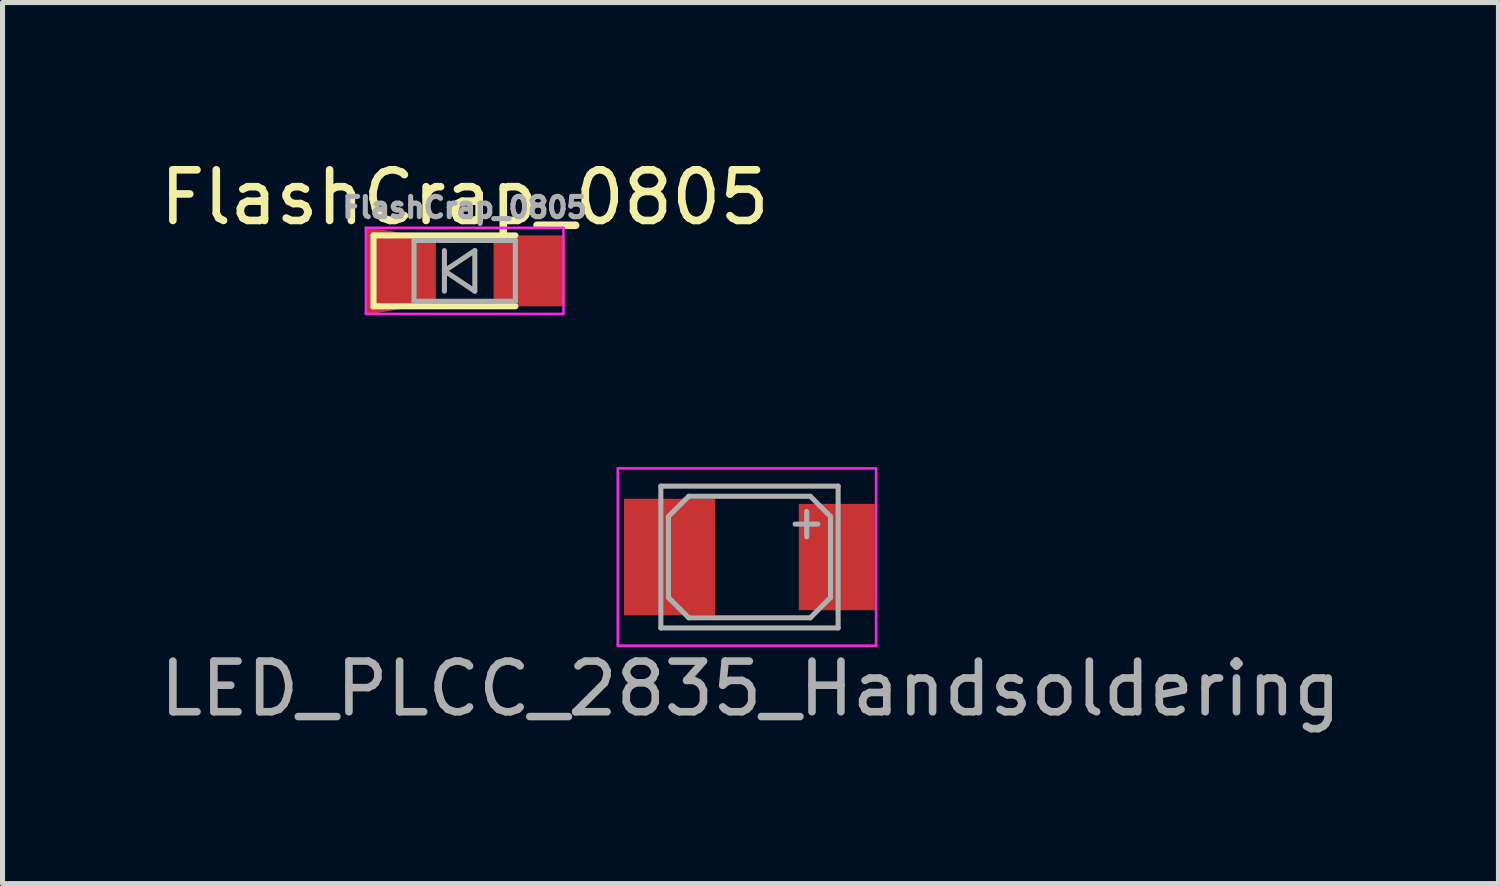
<source format=kicad_pcb>
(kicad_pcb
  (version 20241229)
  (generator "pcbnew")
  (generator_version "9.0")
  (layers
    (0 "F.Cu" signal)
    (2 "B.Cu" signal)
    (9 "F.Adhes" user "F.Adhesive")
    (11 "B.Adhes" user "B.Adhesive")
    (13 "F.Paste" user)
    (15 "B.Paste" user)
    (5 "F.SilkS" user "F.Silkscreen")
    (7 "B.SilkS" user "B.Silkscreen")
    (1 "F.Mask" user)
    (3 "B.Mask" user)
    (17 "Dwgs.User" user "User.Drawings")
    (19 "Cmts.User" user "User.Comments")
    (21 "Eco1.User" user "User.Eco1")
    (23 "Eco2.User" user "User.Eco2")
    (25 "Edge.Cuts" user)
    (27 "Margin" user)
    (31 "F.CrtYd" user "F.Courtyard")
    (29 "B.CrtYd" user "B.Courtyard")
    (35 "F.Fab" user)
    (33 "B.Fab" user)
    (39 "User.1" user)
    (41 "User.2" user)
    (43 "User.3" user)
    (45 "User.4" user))
  (footprint "LED_PLCC_2835_Handsoldering"
    (layer "F.Cu")
    (at 11.948 7.948)
    (property "Reference" "LED_PLCC_2835_Handsoldering" (at -0.18 2.6 0) (layer "F.Fab") (effects (font (size 1 1) (thickness 0.15))))
    (attr smd)
    (fp_line (start -2.8 -1.75) (end 2.3 -1.75) (stroke (width 0.05) (type solid)) (layer "F.CrtYd"))
    (fp_line (start -2.8 1.75) (end -2.8 -1.75) (stroke (width 0.05) (type solid)) (layer "F.CrtYd"))
    (fp_line (start 2.3 -1.75) (end 2.3 1.75) (stroke (width 0.05) (type solid)) (layer "F.CrtYd"))
    (fp_line (start 2.3 1.75) (end -2.8 1.75) (stroke (width 0.05) (type solid)) (layer "F.CrtYd"))
    (fp_line (start -1.95 -1.4) (end 1.55 -1.4) (stroke (width 0.1) (type solid)) (layer "F.Fab"))
    (fp_line (start -1.95 1.4) (end -1.95 -1.4) (stroke (width 0.1) (type solid)) (layer "F.Fab"))
    (fp_line (start -1.8 -0.8) (end -1.4 -1.2) (stroke (width 0.1) (type solid)) (layer "F.Fab"))
    (fp_line (start -1.8 0.8) (end -1.8 -0.8) (stroke (width 0.1) (type solid)) (layer "F.Fab"))
    (fp_line (start -1.4 -1.2) (end 1 -1.2) (stroke (width 0.1) (type solid)) (layer "F.Fab"))
    (fp_line (start -1.4 1.2) (end -1.8 0.8) (stroke (width 0.1) (type solid)) (layer "F.Fab"))
    (fp_line (start 0.93 -0.4) (end 0.93 -0.9) (stroke (width 0.1) (type solid)) (layer "F.Fab"))
    (fp_line (start 1 -1.2) (end 1.4 -0.8) (stroke (width 0.1) (type solid)) (layer "F.Fab"))
    (fp_line (start 1 1.2) (end -1.4 1.2) (stroke (width 0.1) (type solid)) (layer "F.Fab"))
    (fp_line (start 1.15 -0.65) (end 0.7 -0.65) (stroke (width 0.1) (type solid)) (layer "F.Fab"))
    (fp_line (start 1.4 -0.8) (end 1.4 0) (stroke (width 0.1) (type solid)) (layer "F.Fab"))
    (fp_line (start 1.4 0) (end 1.4 0.8) (stroke (width 0.1) (type solid)) (layer "F.Fab"))
    (fp_line (start 1.4 0.8) (end 1 1.2) (stroke (width 0.1) (type solid)) (layer "F.Fab"))
    (fp_line (start 1.55 -1.4) (end 1.55 1.4) (stroke (width 0.1) (type solid)) (layer "F.Fab"))
    (fp_line (start 1.55 1.4) (end -1.95 1.4) (stroke (width 0.1) (type solid)) (layer "F.Fab"))
    (pad "1" smd rect (at -1.778 0 180) (size 1.8 2.3) (layers "F.Cu" "F.Mask" "F.Paste"))
    (pad "2" smd rect (at 1.524 0 180) (size 1.5 2.1) (layers "F.Cu" "F.Mask" "F.Paste")))
  (footprint "FlashCrap_0805"
    (layer "F.Cu")
    (at 6.125 2.298)
    (property "Reference" "FlashCrap_0805" (at 0 -1.45 0) (layer "F.SilkS") (effects (font (size 1 1) (thickness 0.15))))
    (attr smd)
    (fp_line (start -1.8 -0.7) (end -1.8 0.7) (stroke (width 0.12) (type solid)) (layer "F.SilkS"))
    (fp_line (start -1.8 -0.7) (end 1 -0.7) (stroke (width 0.12) (type solid)) (layer "F.SilkS"))
    (fp_line (start -1.8 0.7) (end 1 0.7) (stroke (width 0.12) (type solid)) (layer "F.SilkS"))
    (fp_line (start -1.95 -0.85) (end 1.95 -0.85) (stroke (width 0.05) (type solid)) (layer "F.CrtYd"))
    (fp_line (start -1.95 0.85) (end -1.95 -0.85) (stroke (width 0.05) (type solid)) (layer "F.CrtYd"))
    (fp_line (start 1.95 -0.85) (end 1.95 0.85) (stroke (width 0.05) (type solid)) (layer "F.CrtYd"))
    (fp_line (start 1.95 0.85) (end -1.95 0.85) (stroke (width 0.05) (type solid)) (layer "F.CrtYd"))
    (fp_line (start -1 -0.6) (end 1 -0.6) (stroke (width 0.1) (type solid)) (layer "F.Fab"))
    (fp_line (start -1 0.6) (end -1 -0.6) (stroke (width 0.1) (type solid)) (layer "F.Fab"))
    (fp_line (start -0.4 -0.4) (end -0.4 0.4) (stroke (width 0.1) (type solid)) (layer "F.Fab"))
    (fp_line (start -0.4 0) (end 0.2 -0.4) (stroke (width 0.1) (type solid)) (layer "F.Fab"))
    (fp_line (start 0.2 -0.4) (end 0.2 0.4) (stroke (width 0.1) (type solid)) (layer "F.Fab"))
    (fp_line (start 0.2 0.4) (end -0.4 0) (stroke (width 0.1) (type solid)) (layer "F.Fab"))
    (fp_line (start 1 -0.6) (end 1 0.6) (stroke (width 0.1) (type solid)) (layer "F.Fab"))
    (fp_line (start 1 0.6) (end -1 0.6) (stroke (width 0.1) (type solid)) (layer "F.Fab"))
    (fp_text user "${REFERENCE}" (at 0 -1.25 0) (layer "F.Fab") (effects (font (size 0.4 0.4) (thickness 0.1))))
    (pad "1" smd trapezoid (at -1.27 0 180) (size 1.4 1.5) (rect_delta -0.25 0) (layers "F.Cu" "F.Mask" "F.Paste"))
    (pad "2" smd rect (at 1.27 0 180) (size 1.4 1.4) (layers "F.Cu" "F.Mask" "F.Paste")))
  (gr_rect
    (start -3 -3)
    (end 26.536 14.396)
    (stroke (width 0.1) (type default))
    (fill no)
    (layer "Edge.Cuts")))
</source>
